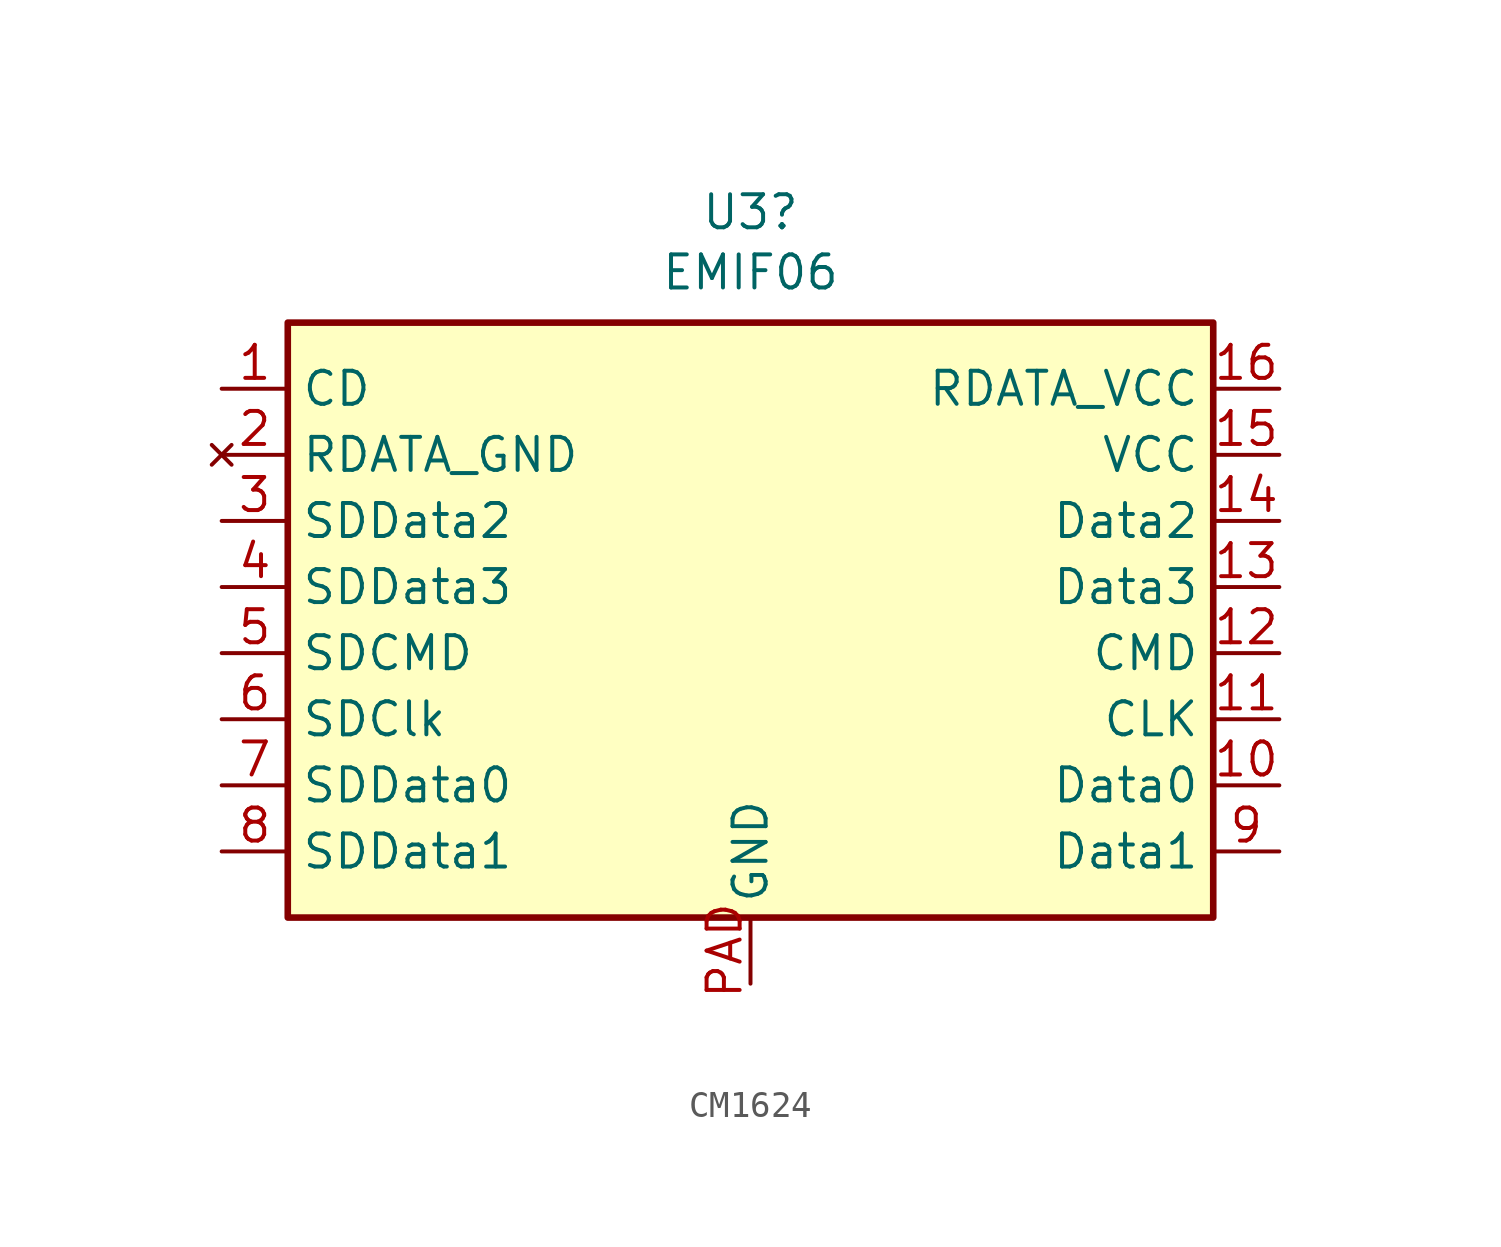
<source format=kicad_sym>
(kicad_symbol_lib
  (version 20241209)
  (generator "kicad_symbol_editor")
  (generator_version "9.0")
  (symbol "CM1624"
    (property "Reference" "U3"
      (at 0 14.402 0)
      (effects (font (size 1.27 1.27))))
    (property "Value" "EMIF06"
      (at 0 12.09 0)
      (effects (font (size 1.27 1.27))))
    (symbol "CM1624_0_1"
      (rectangle (start -17.78 10.16) (end 17.78 -12.7) (stroke (width 0.254) (type default)) (fill (type background))))
    (symbol "CM1624_1_1"
      (pin passive line (at -20.32 7.62 0) (length 2.54) (name "CD" (effects (font (size 1.27 1.27)))) (number "1" (effects (font (size 1.27 1.27)))))
      (pin no_connect line (at -20.32 5.08 0) (length 2.54) (name "RDATA_GND" (effects (font (size 1.27 1.27)))) (number "2" (effects (font (size 1.27 1.27)))))
      (pin passive line (at -20.32 2.54 0) (length 2.54) (name "SDData2" (effects (font (size 1.27 1.27)))) (number "3" (effects (font (size 1.27 1.27)))))
      (pin passive line (at -20.32 0 0) (length 2.54) (name "SDData3" (effects (font (size 1.27 1.27)))) (number "4" (effects (font (size 1.27 1.27)))))
      (pin passive line (at -20.32 -2.54 0) (length 2.54) (name "SDCMD" (effects (font (size 1.27 1.27)))) (number "5" (effects (font (size 1.27 1.27)))))
      (pin passive line (at -20.32 -5.08 0) (length 2.54) (name "SDClk" (effects (font (size 1.27 1.27)))) (number "6" (effects (font (size 1.27 1.27)))))
      (pin passive line (at -20.32 -7.62 0) (length 2.54) (name "SDData0" (effects (font (size 1.27 1.27)))) (number "7" (effects (font (size 1.27 1.27)))))
      (pin passive line (at -20.32 -10.16 0) (length 2.54) (name "SDData1" (effects (font (size 1.27 1.27)))) (number "8" (effects (font (size 1.27 1.27)))))
      (pin power_in line (at 0 -15.24 90) (length 2.54) (name "GND" (effects (font (size 1.27 1.27)))) (number "PAD" (effects (font (size 1.27 1.27)))))
      (pin passive line (at 20.32 7.62 180) (length 2.54) (name "RDATA_VCC" (effects (font (size 1.27 1.27)))) (number "16" (effects (font (size 1.27 1.27)))))
      (pin power_in line (at 20.32 5.08 180) (length 2.54) (name "VCC" (effects (font (size 1.27 1.27)))) (number "15" (effects (font (size 1.27 1.27)))))
      (pin passive line (at 20.32 2.54 180) (length 2.54) (name "Data2" (effects (font (size 1.27 1.27)))) (number "14" (effects (font (size 1.27 1.27)))))
      (pin passive line (at 20.32 0 180) (length 2.54) (name "Data3" (effects (font (size 1.27 1.27)))) (number "13" (effects (font (size 1.27 1.27)))))
      (pin passive line (at 20.32 -2.54 180) (length 2.54) (name "CMD" (effects (font (size 1.27 1.27)))) (number "12" (effects (font (size 1.27 1.27)))))
      (pin passive line (at 20.32 -5.08 180) (length 2.54) (name "CLK" (effects (font (size 1.27 1.27)))) (number "11" (effects (font (size 1.27 1.27)))))
      (pin passive line (at 20.32 -7.62 180) (length 2.54) (name "Data0" (effects (font (size 1.27 1.27)))) (number "10" (effects (font (size 1.27 1.27)))))
      (pin passive line (at 20.32 -10.16 180) (length 2.54) (name "Data1" (effects (font (size 1.27 1.27)))) (number "9" (effects (font (size 1.27 1.27))))))))
</source>
